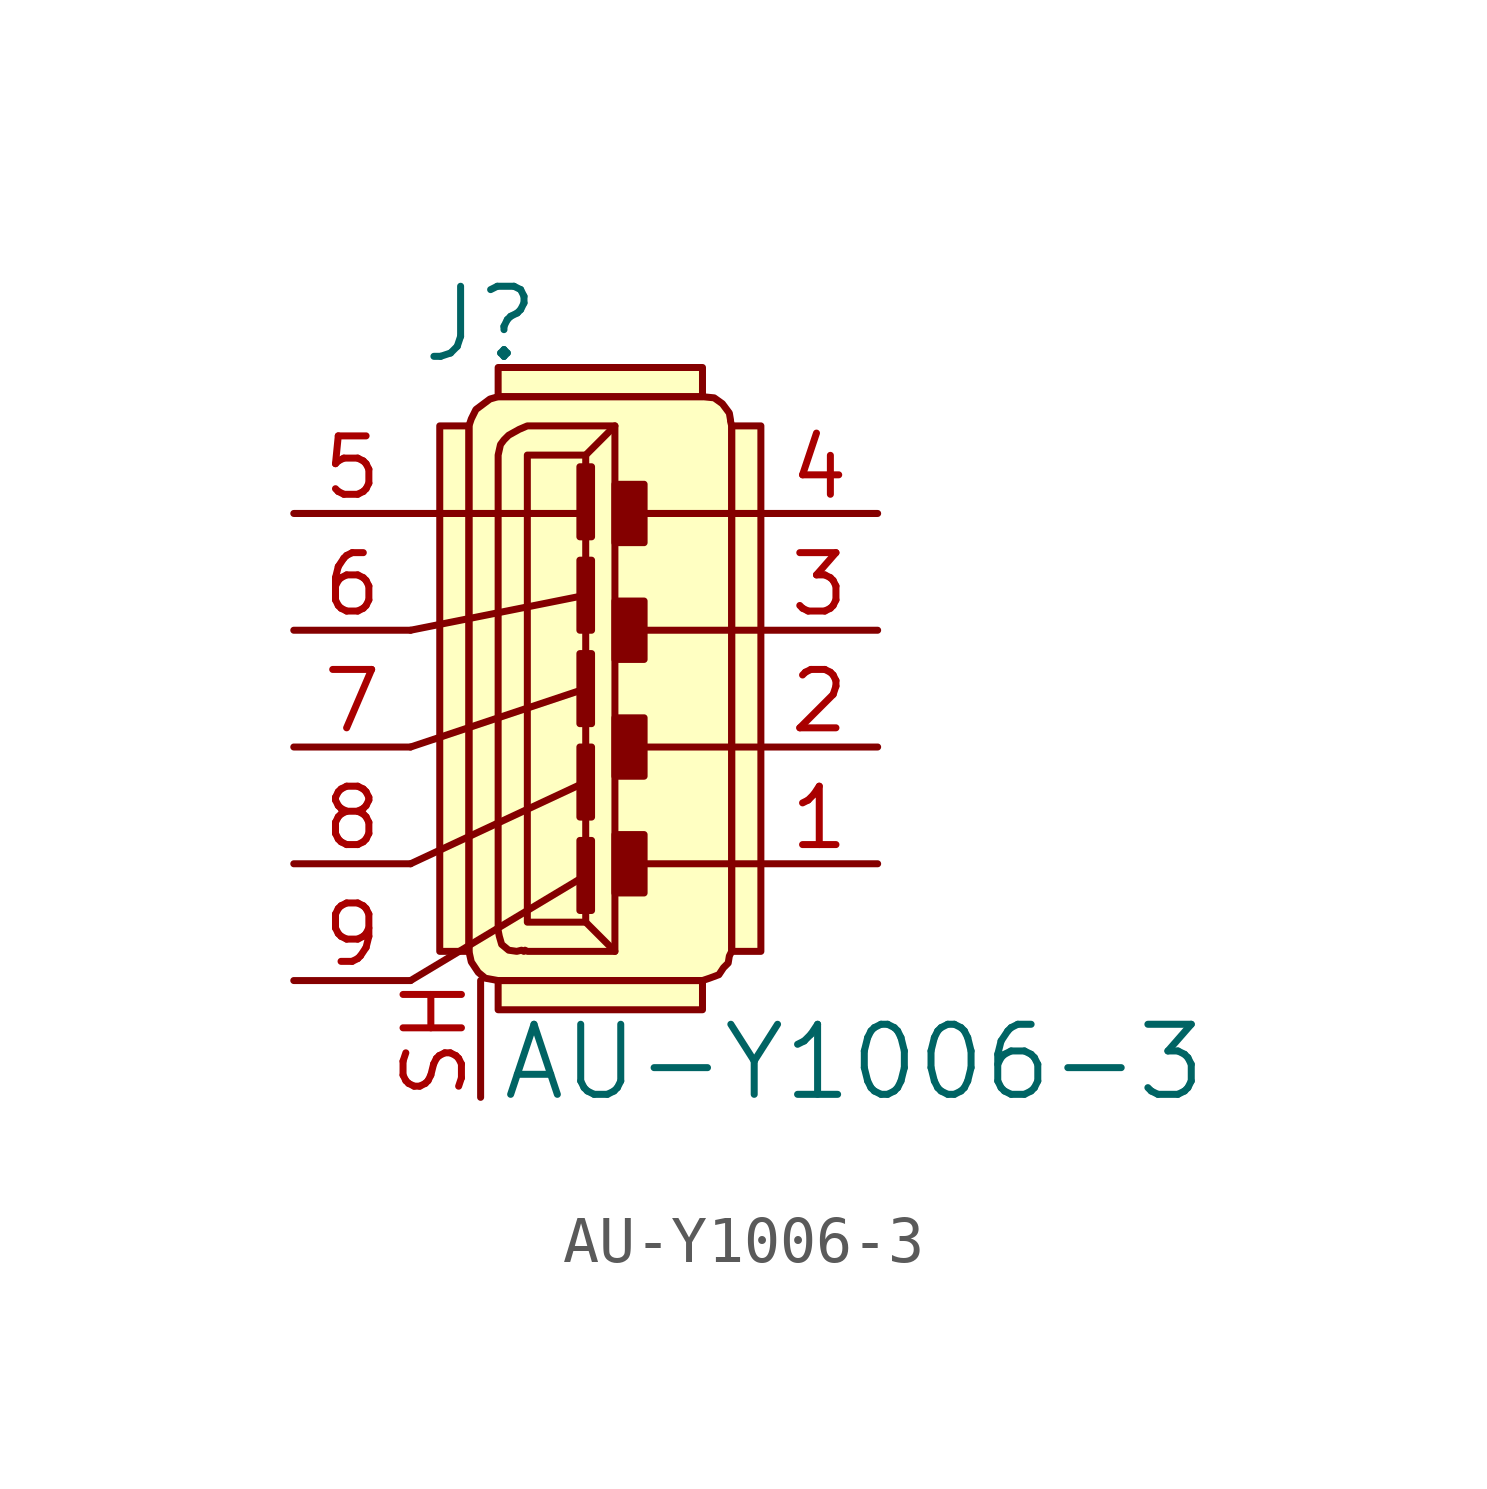
<source format=kicad_sym>
(kicad_symbol_lib
  (version 20211014)
  (generator kicad_symbol_editor)
  (symbol "AU-Y1006-3"
    (pin_names
      (offset 1.016))
    (property "Reference" "J"
      (at -1.016 9.195 0)
      (effects (font (size 1.524 1.524))))
    (property "Value" "AU-Y1006-3"
      (at 7.112 -6.858 0)
      (effects (font (size 1.524 1.524))))
    (symbol "AU-Y1006-3_0_1"
      (rectangle (start -1.27 -4.445) (end -1.905 6.985) (stroke (width 0) (type default) (color 0 0 0 0)) (fill (type background)))
      (polyline (pts (xy -2.54 -5.08) (xy 1.27 -2.794)) (stroke (width 0) (type default) (color 0 0 0 0)) (fill (type none)))
      (polyline (pts (xy -2.54 -2.54) (xy 1.27 -0.762)) (stroke (width 0) (type default) (color 0 0 0 0)) (fill (type none)))
      (polyline (pts (xy -2.54 0) (xy 1.27 1.27)) (stroke (width 0) (type default) (color 0 0 0 0)) (fill (type none)))
      (polyline (pts (xy -2.54 2.54) (xy 1.27 3.302)) (stroke (width 0) (type default) (color 0 0 0 0)) (fill (type none)))
      (polyline (pts (xy -2.54 5.08) (xy 1.27 5.08)) (stroke (width 0) (type default) (color 0 0 0 0)) (fill (type none)))
      (polyline (pts (xy 1.27 -3.81) (xy 1.905 -4.445)) (stroke (width 0) (type default) (color 0 0 0 0)) (fill (type none)))
      (polyline (pts (xy 1.27 6.35) (xy 1.905 6.985)) (stroke (width 0) (type default) (color 0 0 0 0)) (fill (type none)))
      (polyline (pts (xy 5.08 -2.54) (xy 2.54 -2.54)) (stroke (width 0) (type default) (color 0 0 0 0)) (fill (type none)))
      (polyline (pts (xy 5.08 0) (xy 2.54 0)) (stroke (width 0) (type default) (color 0 0 0 0)) (fill (type none)))
      (polyline (pts (xy 5.08 2.54) (xy 2.54 2.54)) (stroke (width 0) (type default) (color 0 0 0 0)) (fill (type none)))
      (polyline (pts (xy 5.08 5.08) (xy 2.54 5.08)) (stroke (width 0) (type default) (color 0 0 0 0)) (fill (type none)))
      (polyline (pts (xy -0.635 6.35) (xy -0.635 -3.81) (xy -0.635 -3.988) (xy -0.61 -4.115) (xy -0.559 -4.293) (xy -0.406 -4.42) (xy -0.229 -4.445) (xy -0.127 -4.42) (xy -0.076 -4.445) (xy -0.051 -4.42) (xy 0 -4.445) (xy 1.905 -4.445) (xy 1.905 6.985) (xy 0 6.985) (xy -0.178 6.909) (xy -0.406 6.782) (xy -0.508 6.68) (xy -0.584 6.579) (xy -0.635 6.35)) (stroke (width 0) (type default) (color 0 0 0 0)) (fill (type none)))
      (polyline (pts (xy -0.635 -5.08) (xy 3.81 -5.08) (xy 3.962 -5.029) (xy 4.166 -4.953) (xy 4.267 -4.801) (xy 4.369 -4.699) (xy 4.394 -4.547) (xy 4.445 -4.445) (xy 4.445 6.985) (xy 4.42 7.087) (xy 4.42 7.112) (xy 4.394 7.264) (xy 4.242 7.468) (xy 4.064 7.595) (xy 3.81 7.62) (xy -0.635 7.62) (xy -0.813 7.569) (xy -1.118 7.341) (xy -1.219 7.137) (xy -1.27 6.985) (xy -1.27 -4.445) (xy -1.219 -4.674) (xy -1.067 -4.902) (xy -0.914 -5.029) (xy -0.635 -5.08)) (stroke (width 0) (type default) (color 0 0 0 0)) (fill (type background)))
      (rectangle (start 1.27 6.35) (end 0 -3.81) (stroke (width 0) (type default) (color 0 0 0 0)) (fill (type none)))
      (rectangle (start 1.397 -3.556) (end 1.143 -2.032) (stroke (width 0) (type default) (color 0 0 0 0)) (fill (type outline)))
      (rectangle (start 1.397 -1.524) (end 1.143 0) (stroke (width 0) (type default) (color 0 0 0 0)) (fill (type outline)))
      (rectangle (start 1.397 0.508) (end 1.143 2.032) (stroke (width 0) (type default) (color 0 0 0 0)) (fill (type outline)))
      (rectangle (start 1.397 2.54) (end 1.143 4.064) (stroke (width 0) (type default) (color 0 0 0 0)) (fill (type outline)))
      (rectangle (start 1.397 4.572) (end 1.143 6.096) (stroke (width 0) (type default) (color 0 0 0 0)) (fill (type outline)))
      (rectangle (start 2.54 -1.905) (end 1.905 -3.175) (stroke (width 0) (type default) (color 0 0 0 0)) (fill (type outline)))
      (rectangle (start 2.54 0.635) (end 1.905 -0.635) (stroke (width 0) (type default) (color 0 0 0 0)) (fill (type outline)))
      (rectangle (start 2.54 3.175) (end 1.905 1.905) (stroke (width 0) (type default) (color 0 0 0 0)) (fill (type outline)))
      (rectangle (start 2.54 4.445) (end 1.905 5.715) (stroke (width 0) (type default) (color 0 0 0 0)) (fill (type outline)))
      (rectangle (start 3.81 -5.08) (end -0.635 -5.715) (stroke (width 0) (type default) (color 0 0 0 0)) (fill (type background)))
      (rectangle (start 3.81 7.62) (end -0.635 8.255) (stroke (width 0) (type default) (color 0 0 0 0)) (fill (type background)))
      (rectangle (start 4.445 6.985) (end 5.08 -4.445) (stroke (width 0) (type default) (color 0 0 0 0)) (fill (type background))))
    (symbol "AU-Y1006-3_1_1"
      (pin passive line (at 7.62 -2.54 180) (length 2.54) (name "~" (effects (font (size 1.27 1.27)))) (number "1" (effects (font (size 1.27 1.27)))))
      (pin passive line (at 7.62 0 180) (length 2.54) (name "~" (effects (font (size 1.27 1.27)))) (number "2" (effects (font (size 1.27 1.27)))))
      (pin passive line (at 7.62 2.54 180) (length 2.54) (name "~" (effects (font (size 1.27 1.27)))) (number "3" (effects (font (size 1.27 1.27)))))
      (pin passive line (at 7.62 5.08 180) (length 2.54) (name "~" (effects (font (size 1.27 1.27)))) (number "4" (effects (font (size 1.27 1.27)))))
      (pin passive line (at -5.08 5.08 0) (length 2.54) (name "~" (effects (font (size 1.27 1.27)))) (number "5" (effects (font (size 1.27 1.27)))))
      (pin passive line (at -5.08 2.54 0) (length 2.54) (name "~" (effects (font (size 1.27 1.27)))) (number "6" (effects (font (size 1.27 1.27)))))
      (pin passive line (at -5.08 0 0) (length 2.54) (name "~" (effects (font (size 1.27 1.27)))) (number "7" (effects (font (size 1.27 1.27)))))
      (pin passive line (at -5.08 -2.54 0) (length 2.54) (name "~" (effects (font (size 1.27 1.27)))) (number "8" (effects (font (size 1.27 1.27)))))
      (pin passive line (at -5.08 -5.08 0) (length 2.54) (name "~" (effects (font (size 1.27 1.27)))) (number "9" (effects (font (size 1.27 1.27)))))
      (pin passive line (at -1.016 -7.62 90) (length 2.54) (name "~" (effects (font (size 1.27 1.27)))) (number "SH" (effects (font (size 1.27 1.27))))))))
</source>
